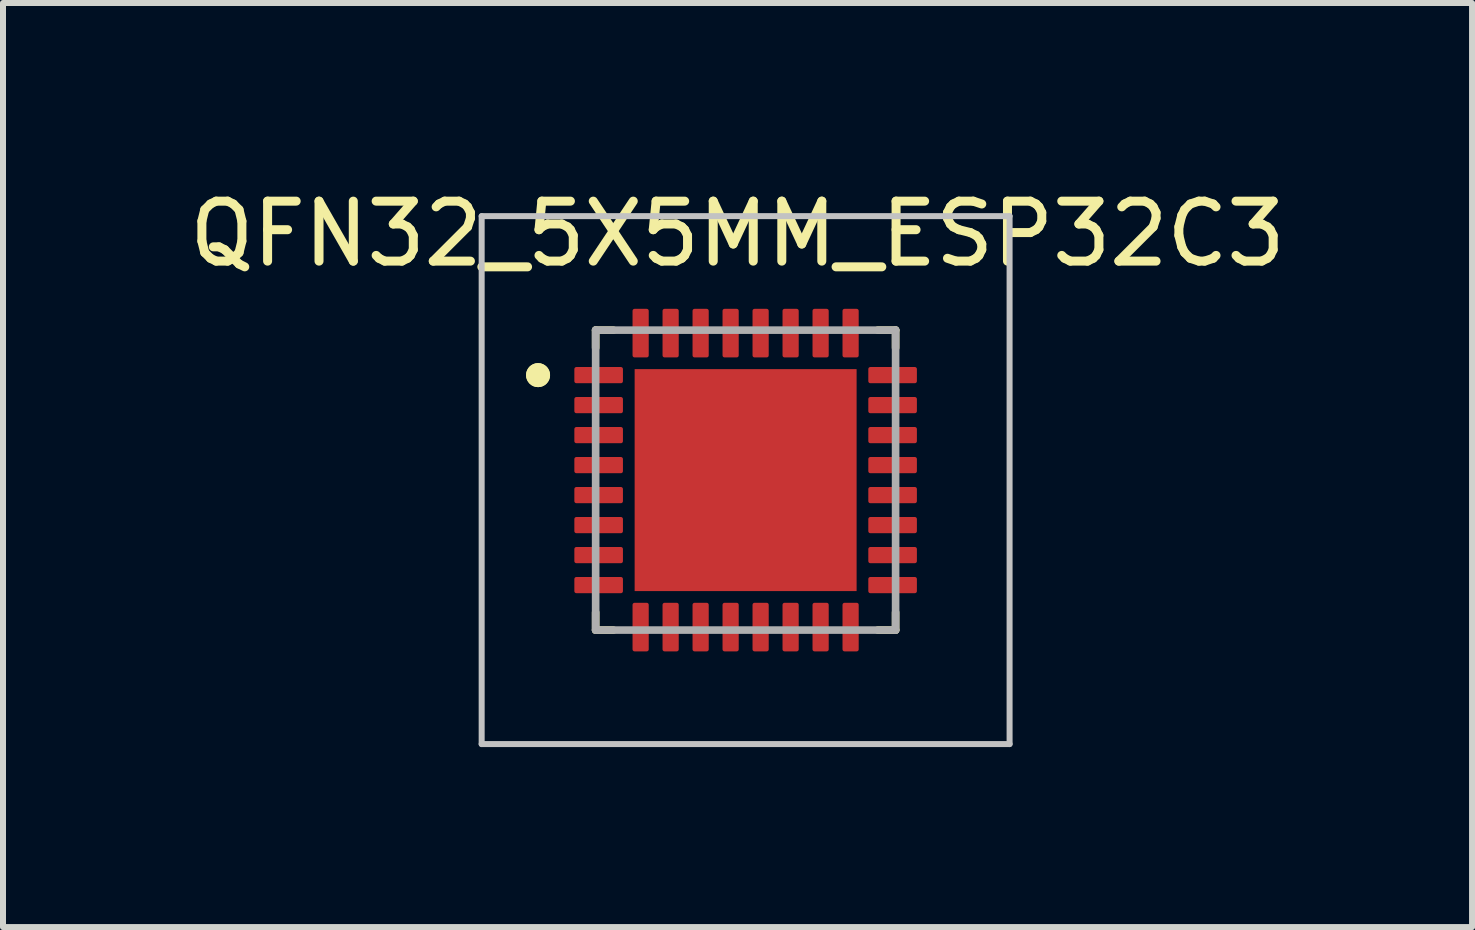
<source format=kicad_pcb>
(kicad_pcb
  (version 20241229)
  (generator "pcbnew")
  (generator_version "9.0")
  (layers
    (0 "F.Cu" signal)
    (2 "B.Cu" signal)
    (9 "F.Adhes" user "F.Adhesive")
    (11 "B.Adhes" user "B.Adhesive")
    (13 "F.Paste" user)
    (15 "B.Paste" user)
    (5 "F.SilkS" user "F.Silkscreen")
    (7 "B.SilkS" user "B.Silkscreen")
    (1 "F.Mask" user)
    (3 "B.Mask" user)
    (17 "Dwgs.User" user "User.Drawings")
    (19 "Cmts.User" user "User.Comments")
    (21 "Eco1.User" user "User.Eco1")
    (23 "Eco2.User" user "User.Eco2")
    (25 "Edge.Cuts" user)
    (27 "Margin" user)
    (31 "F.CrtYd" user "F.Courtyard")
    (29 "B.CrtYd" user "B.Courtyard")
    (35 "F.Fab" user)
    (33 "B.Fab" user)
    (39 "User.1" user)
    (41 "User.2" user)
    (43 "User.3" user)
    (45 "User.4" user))
  (footprint "QFN32_5X5MM_ESP32C3"
    (layer "F.Cu")
    (at 9.379 4.953)
    (property "Reference" "QFN32_5X5MM_ESP32C3" (at -0.135 -4.105 0) (layer "F.SilkS") (effects (font (size 1 1) (thickness 0.15))))
    (attr smd)
    (fp_line (start -2.5 -2.5) (end -2.5 -2.205) (stroke (width 0.127) (type solid)) (layer "F.SilkS"))
    (fp_line (start -2.5 -2.5) (end -2.205 -2.5) (stroke (width 0.127) (type solid)) (layer "F.SilkS"))
    (fp_line (start -2.5 2.5) (end -2.5 2.205) (stroke (width 0.127) (type solid)) (layer "F.SilkS"))
    (fp_line (start -2.5 2.5) (end -2.205 2.5) (stroke (width 0.127) (type solid)) (layer "F.SilkS"))
    (fp_line (start 2.5 -2.5) (end 2.205 -2.5) (stroke (width 0.127) (type solid)) (layer "F.SilkS"))
    (fp_line (start 2.5 -2.5) (end 2.5 -2.205) (stroke (width 0.127) (type solid)) (layer "F.SilkS"))
    (fp_line (start 2.5 2.5) (end 2.205 2.5) (stroke (width 0.127) (type solid)) (layer "F.SilkS"))
    (fp_line (start 2.5 2.5) (end 2.5 2.205) (stroke (width 0.127) (type solid)) (layer "F.SilkS"))
    (fp_circle (center -3.46 -1.75) (end -3.36 -1.75) (stroke (width 0.2) (type solid)) (fill no) (layer "F.SilkS"))
    (fp_circle (center -3.46 -1.75) (end -3.36 -1.75) (stroke (width 0.2) (type solid)) (fill no) (layer "F.SilkS"))
    (fp_poly (pts (xy -1.85 -1.85) (xy -0.95 -1.85) (xy -0.95 -0.95) (xy -1.85 -0.95)) (stroke (width 0.01) (type solid)) (fill yes) (layer "F.Paste"))
    (fp_poly (pts (xy -1.85 -0.45) (xy -0.95 -0.45) (xy -0.95 0.45) (xy -1.85 0.45)) (stroke (width 0.01) (type solid)) (fill yes) (layer "F.Paste"))
    (fp_poly (pts (xy -1.85 0.95) (xy -0.95 0.95) (xy -0.95 1.85) (xy -1.85 1.85)) (stroke (width 0.01) (type solid)) (fill yes) (layer "F.Paste"))
    (fp_poly (pts (xy -0.45 -1.85) (xy 0.45 -1.85) (xy 0.45 -0.95) (xy -0.45 -0.95)) (stroke (width 0.01) (type solid)) (fill yes) (layer "F.Paste"))
    (fp_poly (pts (xy -0.45 -0.45) (xy 0.45 -0.45) (xy 0.45 0.45) (xy -0.45 0.45)) (stroke (width 0.01) (type solid)) (fill yes) (layer "F.Paste"))
    (fp_poly (pts (xy -0.45 0.95) (xy 0.45 0.95) (xy 0.45 1.85) (xy -0.45 1.85)) (stroke (width 0.01) (type solid)) (fill yes) (layer "F.Paste"))
    (fp_poly (pts (xy 0.95 -1.85) (xy 1.85 -1.85) (xy 1.85 -0.95) (xy 0.95 -0.95)) (stroke (width 0.01) (type solid)) (fill yes) (layer "F.Paste"))
    (fp_poly (pts (xy 0.95 -0.45) (xy 1.85 -0.45) (xy 1.85 0.45) (xy 0.95 0.45)) (stroke (width 0.01) (type solid)) (fill yes) (layer "F.Paste"))
    (fp_poly (pts (xy 0.95 0.95) (xy 1.85 0.95) (xy 1.85 1.85) (xy 0.95 1.85)) (stroke (width 0.01) (type solid)) (fill yes) (layer "F.Paste"))
    (fp_line (start -4.4 -4.4) (end -4.4 4.4) (stroke (width 0.1) (type default)) (layer "Dwgs.User"))
    (fp_line (start -4.4 -4.4) (end 4.4 -4.4) (stroke (width 0.1) (type default)) (layer "Dwgs.User"))
    (fp_line (start -4.4 4.4) (end 4.4 4.4) (stroke (width 0.1) (type default)) (layer "Dwgs.User"))
    (fp_line (start 4.4 -4.4) (end 4.4 4.4) (stroke (width 0.1) (type default)) (layer "Dwgs.User"))
    (fp_line (start -2.5 2.5) (end -2.5 -2.5) (stroke (width 0.127) (type solid)) (layer "F.Fab"))
    (fp_line (start 2.5 -2.5) (end -2.5 -2.5) (stroke (width 0.127) (type solid)) (layer "F.Fab"))
    (fp_line (start 2.5 2.5) (end -2.5 2.5) (stroke (width 0.127) (type solid)) (layer "F.Fab"))
    (fp_line (start 2.5 2.5) (end 2.5 -2.5) (stroke (width 0.127) (type solid)) (layer "F.Fab"))
    (pad "1" smd roundrect (at -2.45 -1.75) (size 0.81 0.27) (layers "F.Cu" "F.Mask" "F.Paste") (roundrect_rratio 0.125))
    (pad "2" smd roundrect (at -2.45 -1.25) (size 0.81 0.27) (layers "F.Cu" "F.Mask" "F.Paste") (roundrect_rratio 0.125))
    (pad "3" smd roundrect (at -2.45 -0.75) (size 0.81 0.27) (layers "F.Cu" "F.Mask" "F.Paste") (roundrect_rratio 0.125))
    (pad "4" smd roundrect (at -2.45 -0.25) (size 0.81 0.27) (layers "F.Cu" "F.Mask" "F.Paste") (roundrect_rratio 0.125))
    (pad "5" smd roundrect (at -2.45 0.25) (size 0.81 0.27) (layers "F.Cu" "F.Mask" "F.Paste") (roundrect_rratio 0.125))
    (pad "6" smd roundrect (at -2.45 0.75) (size 0.81 0.27) (layers "F.Cu" "F.Mask" "F.Paste") (roundrect_rratio 0.125))
    (pad "7" smd roundrect (at -2.45 1.25) (size 0.81 0.27) (layers "F.Cu" "F.Mask" "F.Paste") (roundrect_rratio 0.125))
    (pad "8" smd roundrect (at -2.45 1.75) (size 0.81 0.27) (layers "F.Cu" "F.Mask" "F.Paste") (roundrect_rratio 0.125))
    (pad "9" smd roundrect (at -1.75 2.45) (size 0.27 0.81) (layers "F.Cu" "F.Mask" "F.Paste") (roundrect_rratio 0.125))
    (pad "10" smd roundrect (at -1.25 2.45) (size 0.27 0.81) (layers "F.Cu" "F.Mask" "F.Paste") (roundrect_rratio 0.125))
    (pad "11" smd roundrect (at -0.75 2.45) (size 0.27 0.81) (layers "F.Cu" "F.Mask" "F.Paste") (roundrect_rratio 0.125))
    (pad "12" smd roundrect (at -0.25 2.45) (size 0.27 0.81) (layers "F.Cu" "F.Mask" "F.Paste") (roundrect_rratio 0.125))
    (pad "13" smd roundrect (at 0.25 2.45) (size 0.27 0.81) (layers "F.Cu" "F.Mask" "F.Paste") (roundrect_rratio 0.125))
    (pad "14" smd roundrect (at 0.75 2.45) (size 0.27 0.81) (layers "F.Cu" "F.Mask" "F.Paste") (roundrect_rratio 0.125))
    (pad "15" smd roundrect (at 1.25 2.45) (size 0.27 0.81) (layers "F.Cu" "F.Mask" "F.Paste") (roundrect_rratio 0.125))
    (pad "16" smd roundrect (at 1.75 2.45) (size 0.27 0.81) (layers "F.Cu" "F.Mask" "F.Paste") (roundrect_rratio 0.125))
    (pad "17" smd roundrect (at 2.45 1.75) (size 0.81 0.27) (layers "F.Cu" "F.Mask" "F.Paste") (roundrect_rratio 0.125))
    (pad "18" smd roundrect (at 2.45 1.25) (size 0.81 0.27) (layers "F.Cu" "F.Mask" "F.Paste") (roundrect_rratio 0.125))
    (pad "19" smd roundrect (at 2.45 0.75) (size 0.81 0.27) (layers "F.Cu" "F.Mask" "F.Paste") (roundrect_rratio 0.125))
    (pad "20" smd roundrect (at 2.45 0.25) (size 0.81 0.27) (layers "F.Cu" "F.Mask" "F.Paste") (roundrect_rratio 0.125))
    (pad "21" smd roundrect (at 2.45 -0.25) (size 0.81 0.27) (layers "F.Cu" "F.Mask" "F.Paste") (roundrect_rratio 0.125))
    (pad "22" smd roundrect (at 2.45 -0.75) (size 0.81 0.27) (layers "F.Cu" "F.Mask" "F.Paste") (roundrect_rratio 0.125))
    (pad "23" smd roundrect (at 2.45 -1.25) (size 0.81 0.27) (layers "F.Cu" "F.Mask" "F.Paste") (roundrect_rratio 0.125))
    (pad "24" smd roundrect (at 2.45 -1.75) (size 0.81 0.27) (layers "F.Cu" "F.Mask" "F.Paste") (roundrect_rratio 0.125))
    (pad "25" smd roundrect (at 1.75 -2.45) (size 0.27 0.81) (layers "F.Cu" "F.Mask" "F.Paste") (roundrect_rratio 0.125))
    (pad "26" smd roundrect (at 1.25 -2.45) (size 0.27 0.81) (layers "F.Cu" "F.Mask" "F.Paste") (roundrect_rratio 0.125))
    (pad "27" smd roundrect (at 0.75 -2.45) (size 0.27 0.81) (layers "F.Cu" "F.Mask" "F.Paste") (roundrect_rratio 0.125))
    (pad "28" smd roundrect (at 0.25 -2.45) (size 0.27 0.81) (layers "F.Cu" "F.Mask" "F.Paste") (roundrect_rratio 0.125))
    (pad "29" smd roundrect (at -0.25 -2.45) (size 0.27 0.81) (layers "F.Cu" "F.Mask" "F.Paste") (roundrect_rratio 0.125))
    (pad "30" smd roundrect (at -0.75 -2.45) (size 0.27 0.81) (layers "F.Cu" "F.Mask" "F.Paste") (roundrect_rratio 0.125))
    (pad "31" smd roundrect (at -1.25 -2.45) (size 0.27 0.81) (layers "F.Cu" "F.Mask" "F.Paste") (roundrect_rratio 0.125))
    (pad "32" smd roundrect (at -1.75 -2.45) (size 0.27 0.81) (layers "F.Cu" "F.Mask" "F.Paste") (roundrect_rratio 0.125))
    (pad "33" smd rect (at 0 0) (size 3.7 3.7) (layers "F.Cu" "F.Mask")))
  (gr_rect
    (start -3 -3)
    (end 21.488 12.403)
    (stroke (width 0.1) (type default))
    (fill no)
    (layer "Edge.Cuts")))
</source>
